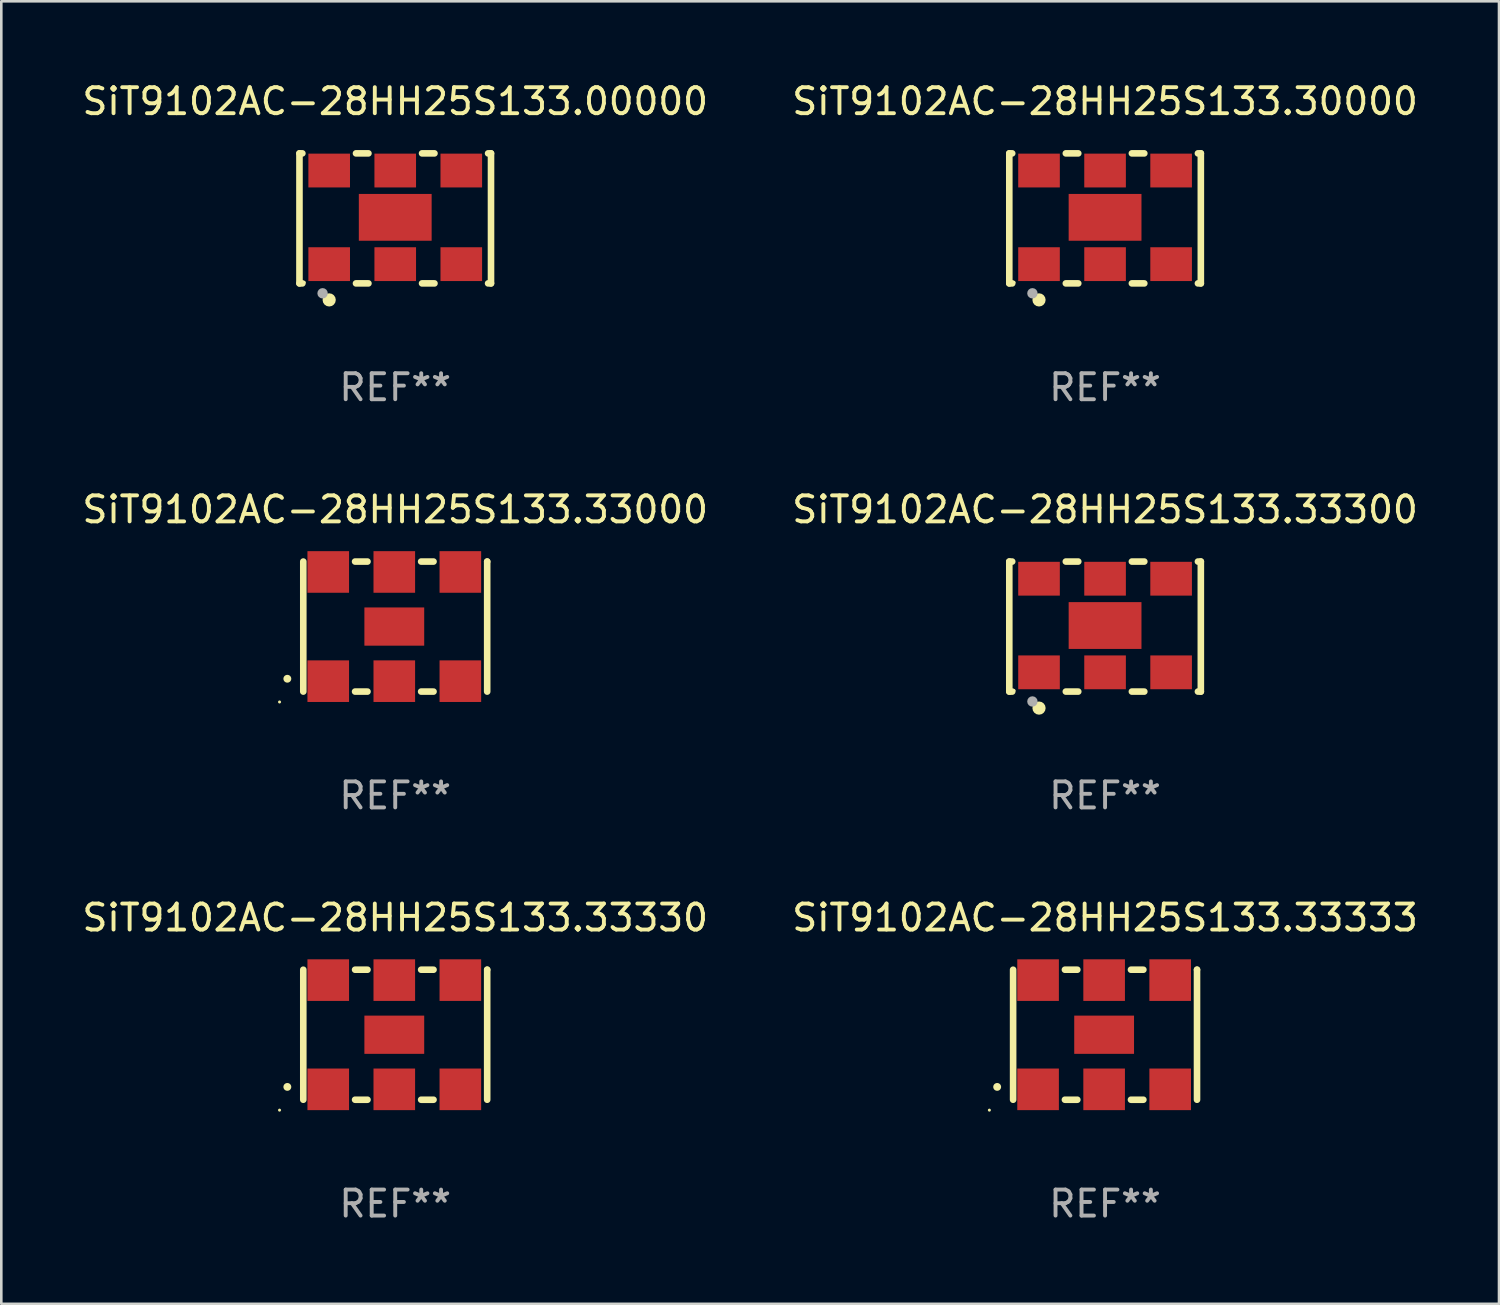
<source format=kicad_pcb>
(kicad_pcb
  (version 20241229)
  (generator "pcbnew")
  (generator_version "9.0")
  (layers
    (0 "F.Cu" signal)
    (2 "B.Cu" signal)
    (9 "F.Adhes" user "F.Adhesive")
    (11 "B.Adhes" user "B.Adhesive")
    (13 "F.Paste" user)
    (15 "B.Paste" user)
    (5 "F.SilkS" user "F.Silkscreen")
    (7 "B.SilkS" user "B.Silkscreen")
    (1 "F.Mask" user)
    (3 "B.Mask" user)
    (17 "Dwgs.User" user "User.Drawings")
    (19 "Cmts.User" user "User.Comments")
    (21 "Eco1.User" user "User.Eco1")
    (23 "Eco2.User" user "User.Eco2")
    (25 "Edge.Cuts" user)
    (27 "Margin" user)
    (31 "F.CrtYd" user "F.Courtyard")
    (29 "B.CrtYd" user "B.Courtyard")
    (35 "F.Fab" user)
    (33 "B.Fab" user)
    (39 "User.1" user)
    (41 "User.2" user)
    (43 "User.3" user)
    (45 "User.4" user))
  (footprint "SiT9102AC-28HH25S133.33000"
    (layer "F.Cu")
    (at 12.149 21.045)
    (property "Reference" "SiT9102AC-28HH25S133.33000" (at 0 -4.5 0) (layer "F.SilkS") (effects (font (size 1 1) (thickness 0.15))))
    (attr through_hole)
    (fp_line (start -3.536 -2.5) (end -3.536 2.5) (stroke (width 0.254) (type solid)) (layer "F.SilkS"))
    (fp_line (start -1.544 2.5) (end -1.067 2.5) (stroke (width 0.254) (type solid)) (layer "F.SilkS"))
    (fp_line (start -1.067 -2.5) (end -1.544 -2.5) (stroke (width 0.254) (type solid)) (layer "F.SilkS"))
    (fp_line (start 0.996 2.5) (end 1.473 2.5) (stroke (width 0.254) (type solid)) (layer "F.SilkS"))
    (fp_line (start 1.473 -2.5) (end 0.996 -2.5) (stroke (width 0.254) (type solid)) (layer "F.SilkS"))
    (fp_line (start 3.536 -2.5) (end 3.536 -2.5) (stroke (width 0.254) (type solid)) (layer "F.SilkS"))
    (fp_line (start 3.536 2.5) (end 3.536 -2.5) (stroke (width 0.254) (type solid)) (layer "F.SilkS"))
    (fp_arc (start -4.150432 2.006604) (mid -4.149162 2.006599) (end -4.147892 2.006604) (stroke (width 0.3) (type solid)) (layer "F.SilkS"))
    (fp_circle (center -4.449 2.9) (end -4.419 2.9) (stroke (width 0.06) (type solid)) (fill no) (layer "F.SilkS"))
    (fp_text user "REF**" (at 0 6.5 0) (layer "F.Fab") (effects (font (size 1 1) (thickness 0.15))))
    (pad "1" smd rect (at -2.576 2.1) (size 1.6 1.6) (layers "F.Cu" "F.Mask" "F.Paste"))
    (pad "2" smd rect (at -0.036 2.1) (size 1.6 1.6) (layers "F.Cu" "F.Mask" "F.Paste"))
    (pad "3" smd rect (at 2.504 2.1) (size 1.6 1.6) (layers "F.Cu" "F.Mask" "F.Paste"))
    (pad "4" smd rect (at 2.504 -2.1) (size 1.6 1.6) (layers "F.Cu" "F.Mask" "F.Paste"))
    (pad "5" smd rect (at -0.036 -2.1) (size 1.6 1.6) (layers "F.Cu" "F.Mask" "F.Paste"))
    (pad "6" smd rect (at -2.576 -2.1) (size 1.6 1.6) (layers "F.Cu" "F.Mask" "F.Paste"))
    (pad "7" smd rect (at -0.036 0) (size 2.3 1.47) (layers "F.Cu" "F.Mask" "F.Paste")))
  (footprint "SiT9102AC-28HH25S133.33330"
    (layer "F.Cu")
    (at 12.149 36.741)
    (property "Reference" "SiT9102AC-28HH25S133.33330" (at 0 -4.5 0) (layer "F.SilkS") (effects (font (size 1 1) (thickness 0.15))))
    (attr through_hole)
    (fp_line (start -3.536 -2.5) (end -3.536 2.5) (stroke (width 0.254) (type solid)) (layer "F.SilkS"))
    (fp_line (start -1.544 2.5) (end -1.067 2.5) (stroke (width 0.254) (type solid)) (layer "F.SilkS"))
    (fp_line (start -1.067 -2.5) (end -1.544 -2.5) (stroke (width 0.254) (type solid)) (layer "F.SilkS"))
    (fp_line (start 0.996 2.5) (end 1.473 2.5) (stroke (width 0.254) (type solid)) (layer "F.SilkS"))
    (fp_line (start 1.473 -2.5) (end 0.996 -2.5) (stroke (width 0.254) (type solid)) (layer "F.SilkS"))
    (fp_line (start 3.536 -2.5) (end 3.536 -2.5) (stroke (width 0.254) (type solid)) (layer "F.SilkS"))
    (fp_line (start 3.536 2.5) (end 3.536 -2.5) (stroke (width 0.254) (type solid)) (layer "F.SilkS"))
    (fp_arc (start -4.150432 2.006604) (mid -4.149162 2.006599) (end -4.147892 2.006604) (stroke (width 0.3) (type solid)) (layer "F.SilkS"))
    (fp_circle (center -4.449 2.9) (end -4.419 2.9) (stroke (width 0.06) (type solid)) (fill no) (layer "F.SilkS"))
    (fp_text user "REF**" (at 0 6.5 0) (layer "F.Fab") (effects (font (size 1 1) (thickness 0.15))))
    (pad "1" smd rect (at -2.576 2.1) (size 1.6 1.6) (layers "F.Cu" "F.Mask" "F.Paste"))
    (pad "2" smd rect (at -0.036 2.1) (size 1.6 1.6) (layers "F.Cu" "F.Mask" "F.Paste"))
    (pad "3" smd rect (at 2.504 2.1) (size 1.6 1.6) (layers "F.Cu" "F.Mask" "F.Paste"))
    (pad "4" smd rect (at 2.504 -2.1) (size 1.6 1.6) (layers "F.Cu" "F.Mask" "F.Paste"))
    (pad "5" smd rect (at -0.036 -2.1) (size 1.6 1.6) (layers "F.Cu" "F.Mask" "F.Paste"))
    (pad "6" smd rect (at -2.576 -2.1) (size 1.6 1.6) (layers "F.Cu" "F.Mask" "F.Paste"))
    (pad "7" smd rect (at -0.036 0) (size 2.3 1.47) (layers "F.Cu" "F.Mask" "F.Paste")))
  (footprint "SiT9102AC-28HH25S133.33300"
    (layer "F.Cu")
    (at 39.446 21.045)
    (property "Reference" "SiT9102AC-28HH25S133.33300" (at 0 -4.5 0) (layer "F.SilkS") (effects (font (size 1 1) (thickness 0.15))))
    (attr through_hole)
    (fp_line (start -3.683 -2.5) (end -3.571 -2.5) (stroke (width 0.254) (type solid)) (layer "F.SilkS"))
    (fp_line (start -3.683 2.5) (end -3.683 -2.5) (stroke (width 0.254) (type solid)) (layer "F.SilkS"))
    (fp_line (start -3.683 2.5) (end -3.571 2.5) (stroke (width 0.254) (type solid)) (layer "F.SilkS"))
    (fp_line (start -1.509 -2.5) (end -1.031 -2.5) (stroke (width 0.254) (type solid)) (layer "F.SilkS"))
    (fp_line (start -1.509 2.5) (end -1.031 2.5) (stroke (width 0.254) (type solid)) (layer "F.SilkS"))
    (fp_line (start 1.031 -2.5) (end 1.509 -2.5) (stroke (width 0.254) (type solid)) (layer "F.SilkS"))
    (fp_line (start 1.031 2.5) (end 1.509 2.5) (stroke (width 0.254) (type solid)) (layer "F.SilkS"))
    (fp_line (start 3.571 -2.5) (end 3.683 -2.5) (stroke (width 0.254) (type solid)) (layer "F.SilkS"))
    (fp_line (start 3.571 2.5) (end 3.683 2.5) (stroke (width 0.254) (type solid)) (layer "F.SilkS"))
    (fp_line (start 3.683 2.5) (end 3.683 -2.5) (stroke (width 0.254) (type solid)) (layer "F.SilkS"))
    (fp_circle (center -3.5 2.46) (end -3.47 2.46) (stroke (width 0.06) (type solid)) (fill no) (layer "F.SilkS"))
    (fp_circle (center -2.54 3.135) (end -2.413 3.135) (stroke (width 0.254) (type solid)) (fill no) (layer "F.SilkS"))
    (fp_circle (center -2.794 2.881) (end -2.694 2.881) (stroke (width 0.2) (type solid)) (fill no) (layer "F.Fab"))
    (fp_text user "REF**" (at 0 6.5 0) (layer "F.Fab") (effects (font (size 1 1) (thickness 0.15))))
    (pad "1" smd rect (at -2.54 1.76) (size 1.6 1.3) (layers "F.Cu" "F.Mask" "F.Paste"))
    (pad "2" smd rect (at 0 1.76) (size 1.6 1.3) (layers "F.Cu" "F.Mask" "F.Paste"))
    (pad "3" smd rect (at 2.54 1.76) (size 1.6 1.3) (layers "F.Cu" "F.Mask" "F.Paste"))
    (pad "4" smd rect (at 2.54 -1.84) (size 1.6 1.3) (layers "F.Cu" "F.Mask" "F.Paste"))
    (pad "5" smd rect (at 0 -1.84) (size 1.6 1.3) (layers "F.Cu" "F.Mask" "F.Paste"))
    (pad "6" smd rect (at -2.54 -1.84) (size 1.6 1.3) (layers "F.Cu" "F.Mask" "F.Paste"))
    (pad "7" smd rect (at 0 -0.04) (size 2.8 1.8) (layers "F.Cu" "F.Mask" "F.Paste")))
  (footprint "SiT9102AC-28HH25S133.30000"
    (layer "F.Cu")
    (at 39.446 5.348)
    (property "Reference" "SiT9102AC-28HH25S133.30000" (at 0 -4.5 0) (layer "F.SilkS") (effects (font (size 1 1) (thickness 0.15))))
    (attr through_hole)
    (fp_line (start -3.683 -2.5) (end -3.571 -2.5) (stroke (width 0.254) (type solid)) (layer "F.SilkS"))
    (fp_line (start -3.683 2.5) (end -3.683 -2.5) (stroke (width 0.254) (type solid)) (layer "F.SilkS"))
    (fp_line (start -3.683 2.5) (end -3.571 2.5) (stroke (width 0.254) (type solid)) (layer "F.SilkS"))
    (fp_line (start -1.509 -2.5) (end -1.031 -2.5) (stroke (width 0.254) (type solid)) (layer "F.SilkS"))
    (fp_line (start -1.509 2.5) (end -1.031 2.5) (stroke (width 0.254) (type solid)) (layer "F.SilkS"))
    (fp_line (start 1.031 -2.5) (end 1.509 -2.5) (stroke (width 0.254) (type solid)) (layer "F.SilkS"))
    (fp_line (start 1.031 2.5) (end 1.509 2.5) (stroke (width 0.254) (type solid)) (layer "F.SilkS"))
    (fp_line (start 3.571 -2.5) (end 3.683 -2.5) (stroke (width 0.254) (type solid)) (layer "F.SilkS"))
    (fp_line (start 3.571 2.5) (end 3.683 2.5) (stroke (width 0.254) (type solid)) (layer "F.SilkS"))
    (fp_line (start 3.683 2.5) (end 3.683 -2.5) (stroke (width 0.254) (type solid)) (layer "F.SilkS"))
    (fp_circle (center -3.5 2.46) (end -3.47 2.46) (stroke (width 0.06) (type solid)) (fill no) (layer "F.SilkS"))
    (fp_circle (center -2.54 3.135) (end -2.413 3.135) (stroke (width 0.254) (type solid)) (fill no) (layer "F.SilkS"))
    (fp_circle (center -2.794 2.881) (end -2.694 2.881) (stroke (width 0.2) (type solid)) (fill no) (layer "F.Fab"))
    (fp_text user "REF**" (at 0 6.5 0) (layer "F.Fab") (effects (font (size 1 1) (thickness 0.15))))
    (pad "1" smd rect (at -2.54 1.76) (size 1.6 1.3) (layers "F.Cu" "F.Mask" "F.Paste"))
    (pad "2" smd rect (at 0 1.76) (size 1.6 1.3) (layers "F.Cu" "F.Mask" "F.Paste"))
    (pad "3" smd rect (at 2.54 1.76) (size 1.6 1.3) (layers "F.Cu" "F.Mask" "F.Paste"))
    (pad "4" smd rect (at 2.54 -1.84) (size 1.6 1.3) (layers "F.Cu" "F.Mask" "F.Paste"))
    (pad "5" smd rect (at 0 -1.84) (size 1.6 1.3) (layers "F.Cu" "F.Mask" "F.Paste"))
    (pad "6" smd rect (at -2.54 -1.84) (size 1.6 1.3) (layers "F.Cu" "F.Mask" "F.Paste"))
    (pad "7" smd rect (at 0 -0.04) (size 2.8 1.8) (layers "F.Cu" "F.Mask" "F.Paste")))
  (footprint "SiT9102AC-28HH25S133.00000"
    (layer "F.Cu")
    (at 12.149 5.348)
    (property "Reference" "SiT9102AC-28HH25S133.00000" (at 0 -4.5 0) (layer "F.SilkS") (effects (font (size 1 1) (thickness 0.15))))
    (attr through_hole)
    (fp_line (start -3.683 -2.5) (end -3.571 -2.5) (stroke (width 0.254) (type solid)) (layer "F.SilkS"))
    (fp_line (start -3.683 2.5) (end -3.683 -2.5) (stroke (width 0.254) (type solid)) (layer "F.SilkS"))
    (fp_line (start -3.683 2.5) (end -3.571 2.5) (stroke (width 0.254) (type solid)) (layer "F.SilkS"))
    (fp_line (start -1.509 -2.5) (end -1.031 -2.5) (stroke (width 0.254) (type solid)) (layer "F.SilkS"))
    (fp_line (start -1.509 2.5) (end -1.031 2.5) (stroke (width 0.254) (type solid)) (layer "F.SilkS"))
    (fp_line (start 1.031 -2.5) (end 1.509 -2.5) (stroke (width 0.254) (type solid)) (layer "F.SilkS"))
    (fp_line (start 1.031 2.5) (end 1.509 2.5) (stroke (width 0.254) (type solid)) (layer "F.SilkS"))
    (fp_line (start 3.571 -2.5) (end 3.683 -2.5) (stroke (width 0.254) (type solid)) (layer "F.SilkS"))
    (fp_line (start 3.571 2.5) (end 3.683 2.5) (stroke (width 0.254) (type solid)) (layer "F.SilkS"))
    (fp_line (start 3.683 2.5) (end 3.683 -2.5) (stroke (width 0.254) (type solid)) (layer "F.SilkS"))
    (fp_circle (center -3.5 2.46) (end -3.47 2.46) (stroke (width 0.06) (type solid)) (fill no) (layer "F.SilkS"))
    (fp_circle (center -2.54 3.135) (end -2.413 3.135) (stroke (width 0.254) (type solid)) (fill no) (layer "F.SilkS"))
    (fp_circle (center -2.794 2.881) (end -2.694 2.881) (stroke (width 0.2) (type solid)) (fill no) (layer "F.Fab"))
    (fp_text user "REF**" (at 0 6.5 0) (layer "F.Fab") (effects (font (size 1 1) (thickness 0.15))))
    (pad "1" smd rect (at -2.54 1.76) (size 1.6 1.3) (layers "F.Cu" "F.Mask" "F.Paste"))
    (pad "2" smd rect (at 0 1.76) (size 1.6 1.3) (layers "F.Cu" "F.Mask" "F.Paste"))
    (pad "3" smd rect (at 2.54 1.76) (size 1.6 1.3) (layers "F.Cu" "F.Mask" "F.Paste"))
    (pad "4" smd rect (at 2.54 -1.84) (size 1.6 1.3) (layers "F.Cu" "F.Mask" "F.Paste"))
    (pad "5" smd rect (at 0 -1.84) (size 1.6 1.3) (layers "F.Cu" "F.Mask" "F.Paste"))
    (pad "6" smd rect (at -2.54 -1.84) (size 1.6 1.3) (layers "F.Cu" "F.Mask" "F.Paste"))
    (pad "7" smd rect (at 0 -0.04) (size 2.8 1.8) (layers "F.Cu" "F.Mask" "F.Paste")))
  (footprint "SiT9102AC-28HH25S133.33333"
    (layer "F.Cu")
    (at 39.446 36.741)
    (property "Reference" "SiT9102AC-28HH25S133.33333" (at 0 -4.5 0) (layer "F.SilkS") (effects (font (size 1 1) (thickness 0.15))))
    (attr through_hole)
    (fp_line (start -3.536 -2.5) (end -3.536 2.5) (stroke (width 0.254) (type solid)) (layer "F.SilkS"))
    (fp_line (start -1.544 2.5) (end -1.067 2.5) (stroke (width 0.254) (type solid)) (layer "F.SilkS"))
    (fp_line (start -1.067 -2.5) (end -1.544 -2.5) (stroke (width 0.254) (type solid)) (layer "F.SilkS"))
    (fp_line (start 0.996 2.5) (end 1.473 2.5) (stroke (width 0.254) (type solid)) (layer "F.SilkS"))
    (fp_line (start 1.473 -2.5) (end 0.996 -2.5) (stroke (width 0.254) (type solid)) (layer "F.SilkS"))
    (fp_line (start 3.536 -2.5) (end 3.536 -2.5) (stroke (width 0.254) (type solid)) (layer "F.SilkS"))
    (fp_line (start 3.536 2.5) (end 3.536 -2.5) (stroke (width 0.254) (type solid)) (layer "F.SilkS"))
    (fp_arc (start -4.150432 2.006604) (mid -4.149162 2.006599) (end -4.147892 2.006604) (stroke (width 0.3) (type solid)) (layer "F.SilkS"))
    (fp_circle (center -4.449 2.9) (end -4.419 2.9) (stroke (width 0.06) (type solid)) (fill no) (layer "F.SilkS"))
    (fp_text user "REF**" (at 0 6.5 0) (layer "F.Fab") (effects (font (size 1 1) (thickness 0.15))))
    (pad "1" smd rect (at -2.576 2.1) (size 1.6 1.6) (layers "F.Cu" "F.Mask" "F.Paste"))
    (pad "2" smd rect (at -0.036 2.1) (size 1.6 1.6) (layers "F.Cu" "F.Mask" "F.Paste"))
    (pad "3" smd rect (at 2.504 2.1) (size 1.6 1.6) (layers "F.Cu" "F.Mask" "F.Paste"))
    (pad "4" smd rect (at 2.504 -2.1) (size 1.6 1.6) (layers "F.Cu" "F.Mask" "F.Paste"))
    (pad "5" smd rect (at -0.036 -2.1) (size 1.6 1.6) (layers "F.Cu" "F.Mask" "F.Paste"))
    (pad "6" smd rect (at -2.576 -2.1) (size 1.6 1.6) (layers "F.Cu" "F.Mask" "F.Paste"))
    (pad "7" smd rect (at -0.036 0) (size 2.3 1.47) (layers "F.Cu" "F.Mask" "F.Paste")))
  (gr_rect
    (start -3 -3)
    (end 54.595 47.09)
    (stroke (width 0.1) (type default))
    (fill no)
    (layer "Edge.Cuts")))
</source>
